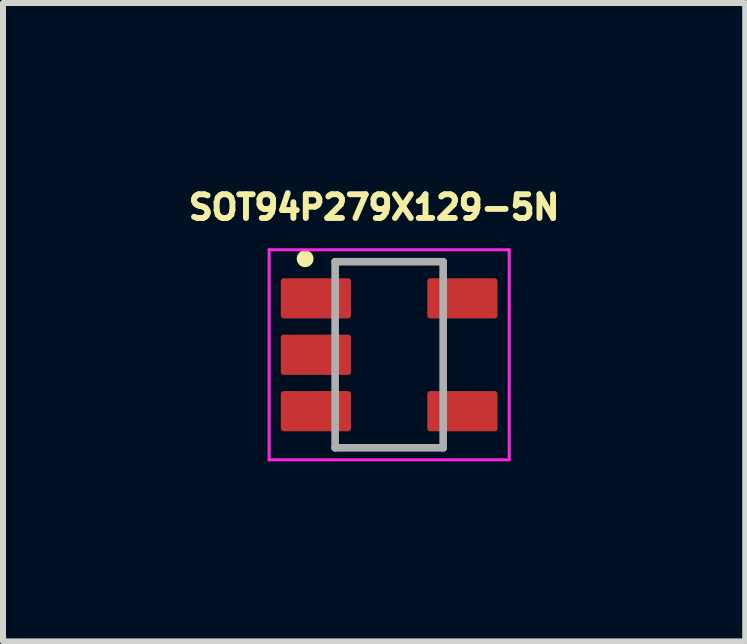
<source format=kicad_pcb>
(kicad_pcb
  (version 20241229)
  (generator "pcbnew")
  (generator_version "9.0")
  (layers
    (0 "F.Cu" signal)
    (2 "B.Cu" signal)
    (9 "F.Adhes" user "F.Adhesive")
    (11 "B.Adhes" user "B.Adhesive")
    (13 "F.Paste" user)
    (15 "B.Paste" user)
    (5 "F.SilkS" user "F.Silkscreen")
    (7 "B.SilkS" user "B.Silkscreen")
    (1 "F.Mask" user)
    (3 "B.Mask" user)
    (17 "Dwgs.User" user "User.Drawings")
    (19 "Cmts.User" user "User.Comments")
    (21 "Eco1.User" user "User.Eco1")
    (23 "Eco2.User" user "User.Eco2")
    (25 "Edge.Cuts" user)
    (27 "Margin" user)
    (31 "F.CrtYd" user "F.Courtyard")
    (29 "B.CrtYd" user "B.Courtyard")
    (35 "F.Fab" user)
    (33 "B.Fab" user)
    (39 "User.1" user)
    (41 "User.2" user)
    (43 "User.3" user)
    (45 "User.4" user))
  (footprint "SOT94P279X129-5N"
    (layer "F.Cu")
    (at 3.434 2.861)
    (property "Reference" "SOT94P279X129-5N" (at -0.251 -2.457 0) (layer "F.SilkS") (effects (font (size 0.395 0.395) (thickness 0.15))))
    (attr smd)
    (fp_circle (center -1.4 -1.6) (end -1.33 -1.6) (stroke (width 0.14) (type solid)) (fill no) (layer "F.SilkS"))
    (fp_line (start -2 -1.75) (end -2 1.75) (stroke (width 0.05) (type solid)) (layer "F.CrtYd"))
    (fp_line (start -2 1.75) (end 2 1.75) (stroke (width 0.05) (type solid)) (layer "F.CrtYd"))
    (fp_line (start 2 -1.75) (end -2 -1.75) (stroke (width 0.05) (type solid)) (layer "F.CrtYd"))
    (fp_line (start 2 1.75) (end 2 -1.75) (stroke (width 0.05) (type solid)) (layer "F.CrtYd"))
    (fp_line (start -0.9 -1.55) (end 0.9 -1.55) (stroke (width 0.127) (type solid)) (layer "F.Fab"))
    (fp_line (start -0.9 1.55) (end -0.9 -1.55) (stroke (width 0.127) (type solid)) (layer "F.Fab"))
    (fp_line (start 0.9 -1.55) (end 0.9 1.55) (stroke (width 0.127) (type solid)) (layer "F.Fab"))
    (fp_line (start 0.9 1.55) (end -0.9 1.55) (stroke (width 0.127) (type solid)) (layer "F.Fab"))
    (pad "1" smd roundrect (at -1.22 -0.94 270) (size 0.67 1.17) (layers "F.Cu" "F.Mask" "F.Paste") (roundrect_rratio 0.07))
    (pad "2" smd roundrect (at -1.22 0 270) (size 0.67 1.17) (layers "F.Cu" "F.Mask" "F.Paste") (roundrect_rratio 0.07))
    (pad "3" smd roundrect (at -1.22 0.94 270) (size 0.67 1.17) (layers "F.Cu" "F.Mask" "F.Paste") (roundrect_rratio 0.07))
    (pad "4" smd roundrect (at 1.22 0.94 270) (size 0.67 1.17) (layers "F.Cu" "F.Mask" "F.Paste") (roundrect_rratio 0.07))
    (pad "5" smd roundrect (at 1.22 -0.94 270) (size 0.67 1.17) (layers "F.Cu" "F.Mask" "F.Paste") (roundrect_rratio 0.07)))
  (gr_rect
    (start -3 -3)
    (end 9.366 7.636)
    (stroke (width 0.1) (type default))
    (fill no)
    (layer "Edge.Cuts")))
</source>
